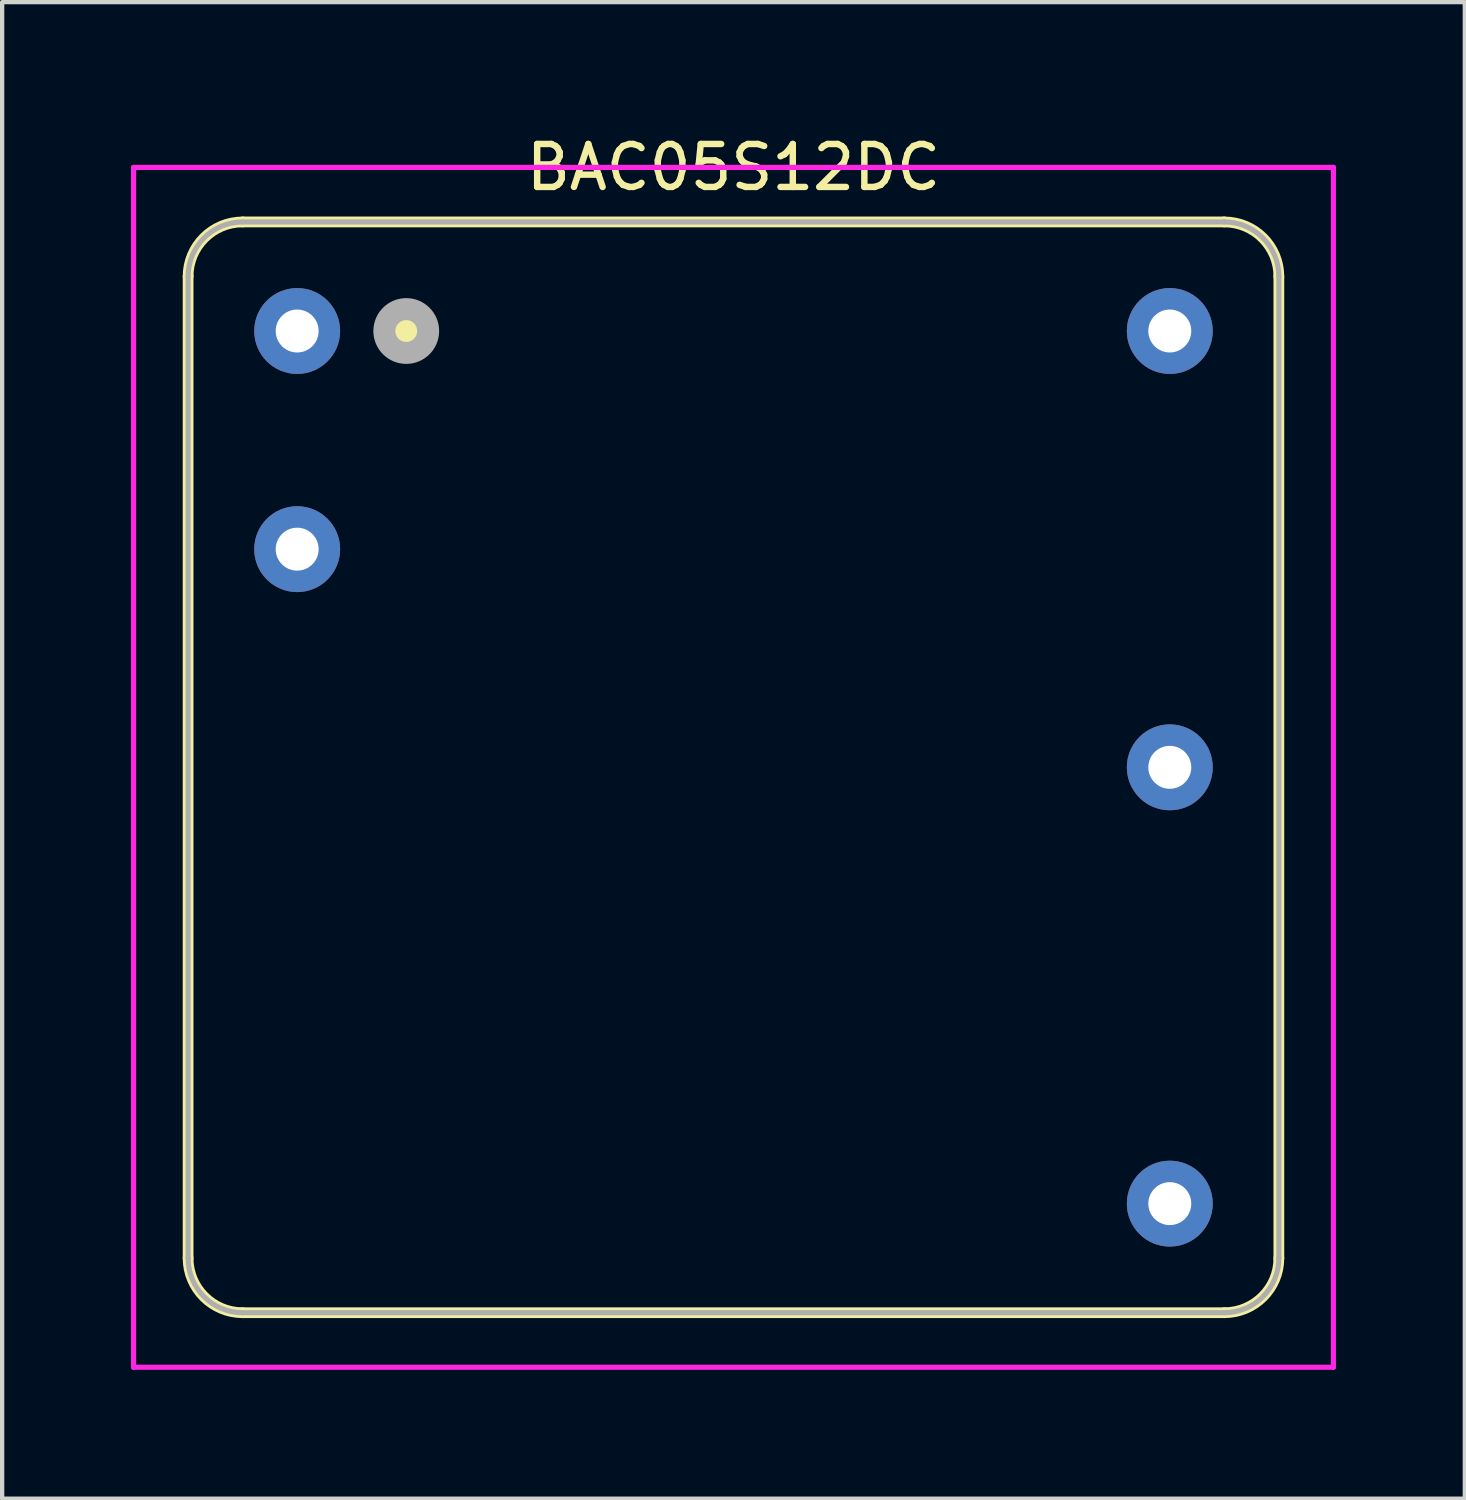
<source format=kicad_pcb>
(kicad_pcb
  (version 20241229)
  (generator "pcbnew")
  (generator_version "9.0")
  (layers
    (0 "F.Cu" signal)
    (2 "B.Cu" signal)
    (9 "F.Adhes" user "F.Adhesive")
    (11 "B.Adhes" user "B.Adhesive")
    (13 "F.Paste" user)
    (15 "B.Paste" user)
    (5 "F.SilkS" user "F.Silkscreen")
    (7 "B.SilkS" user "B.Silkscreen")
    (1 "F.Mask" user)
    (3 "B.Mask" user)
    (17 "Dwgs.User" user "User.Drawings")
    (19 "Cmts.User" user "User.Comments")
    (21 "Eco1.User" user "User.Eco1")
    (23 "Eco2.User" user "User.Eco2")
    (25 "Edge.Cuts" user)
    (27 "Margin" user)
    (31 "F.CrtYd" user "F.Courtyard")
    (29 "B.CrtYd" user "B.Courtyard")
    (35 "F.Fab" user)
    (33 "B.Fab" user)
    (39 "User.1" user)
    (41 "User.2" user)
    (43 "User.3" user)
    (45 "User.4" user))
  (footprint "BAC05S12DC"
    (layer "F.Cu")
    (at 3.87 4.658)
    (property "Reference" "BAC05S12DC" (at 10.16 -3.81 0) (layer "F.SilkS") (effects (font (size 1 1) (thickness 0.15))))
    (attr through_hole)
    (fp_line (start -2.54 21.59) (end -2.54 -1.27) (stroke (width 0.25) (type solid)) (layer "F.SilkS"))
    (fp_line (start -1.27 -2.54) (end 21.59 -2.54) (stroke (width 0.25) (type solid)) (layer "F.SilkS"))
    (fp_line (start 21.59 22.86) (end -1.27 22.86) (stroke (width 0.25) (type solid)) (layer "F.SilkS"))
    (fp_line (start 22.86 -1.27) (end 22.86 21.59) (stroke (width 0.25) (type solid)) (layer "F.SilkS"))
    (fp_arc (start -2.54 -1.27) (mid -2.168026 -2.168026) (end -1.27 -2.54) (stroke (width 0.25) (type solid)) (layer "F.SilkS"))
    (fp_arc (start -1.27 22.86) (mid -2.168026 22.488026) (end -2.54 21.59) (stroke (width 0.25) (type solid)) (layer "F.SilkS"))
    (fp_arc (start 21.59 -2.54) (mid 22.488026 -2.168026) (end 22.86 -1.27) (stroke (width 0.25) (type solid)) (layer "F.SilkS"))
    (fp_arc (start 22.86 21.59) (mid 22.488026 22.488026) (end 21.59 22.86) (stroke (width 0.25) (type solid)) (layer "F.SilkS"))
    (fp_circle (center 2.54 0) (end 2.84 0) (stroke (width 0.6) (type solid)) (fill no) (layer "F.SilkS"))
    (fp_line (start -3.81 -3.81) (end 24.13 -3.81) (stroke (width 0.12) (type solid)) (layer "F.CrtYd"))
    (fp_line (start -3.81 24.13) (end -3.81 -3.81) (stroke (width 0.12) (type solid)) (layer "F.CrtYd"))
    (fp_line (start 24.13 -3.81) (end 24.13 24.13) (stroke (width 0.12) (type solid)) (layer "F.CrtYd"))
    (fp_line (start 24.13 24.13) (end -3.81 24.13) (stroke (width 0.12) (type solid)) (layer "F.CrtYd"))
    (fp_line (start -2.54 21.59) (end -2.54 -1.27) (stroke (width 0.12) (type solid)) (layer "F.Fab"))
    (fp_line (start -1.27 -2.54) (end 21.59 -2.54) (stroke (width 0.12) (type solid)) (layer "F.Fab"))
    (fp_line (start 21.59 22.86) (end -1.27 22.86) (stroke (width 0.12) (type solid)) (layer "F.Fab"))
    (fp_line (start 22.86 -1.27) (end 22.86 21.59) (stroke (width 0.12) (type solid)) (layer "F.Fab"))
    (fp_arc (start -2.54 -1.27) (mid -2.168026 -2.168026) (end -1.27 -2.54) (stroke (width 0.12) (type solid)) (layer "F.Fab"))
    (fp_arc (start -1.27 22.86) (mid -2.168026 22.488026) (end -2.54 21.59) (stroke (width 0.12) (type solid)) (layer "F.Fab"))
    (fp_arc (start 21.59 -2.54) (mid 22.488026 -2.168026) (end 22.86 -1.27) (stroke (width 0.12) (type solid)) (layer "F.Fab"))
    (fp_arc (start 22.86 21.59) (mid 22.488026 22.488026) (end 21.59 22.86) (stroke (width 0.12) (type solid)) (layer "F.Fab"))
    (fp_circle (center 2.54 0) (end 2.794 0) (stroke (width 0.512) (type solid)) (fill no) (layer "F.Fab"))
    (pad "1" thru_hole circle (at 0 0) (size 2 2) (drill 1) (layers "*.Cu" "*.Mask"))
    (pad "2" thru_hole circle (at 0 5.08) (size 2 2) (drill 1) (layers "*.Cu" "*.Mask"))
    (pad "3" thru_hole circle (at 20.32 20.32) (size 2 2) (drill 1) (layers "*.Cu" "*.Mask"))
    (pad "4" thru_hole circle (at 20.32 10.16) (size 2 2) (drill 1) (layers "*.Cu" "*.Mask"))
    (pad "5" thru_hole circle (at 20.32 0) (size 2 2) (drill 1) (layers "*.Cu" "*.Mask")))
  (gr_rect
    (start -3 -3)
    (end 31.06 31.848)
    (stroke (width 0.1) (type default))
    (fill no)
    (layer "Edge.Cuts")))
</source>
